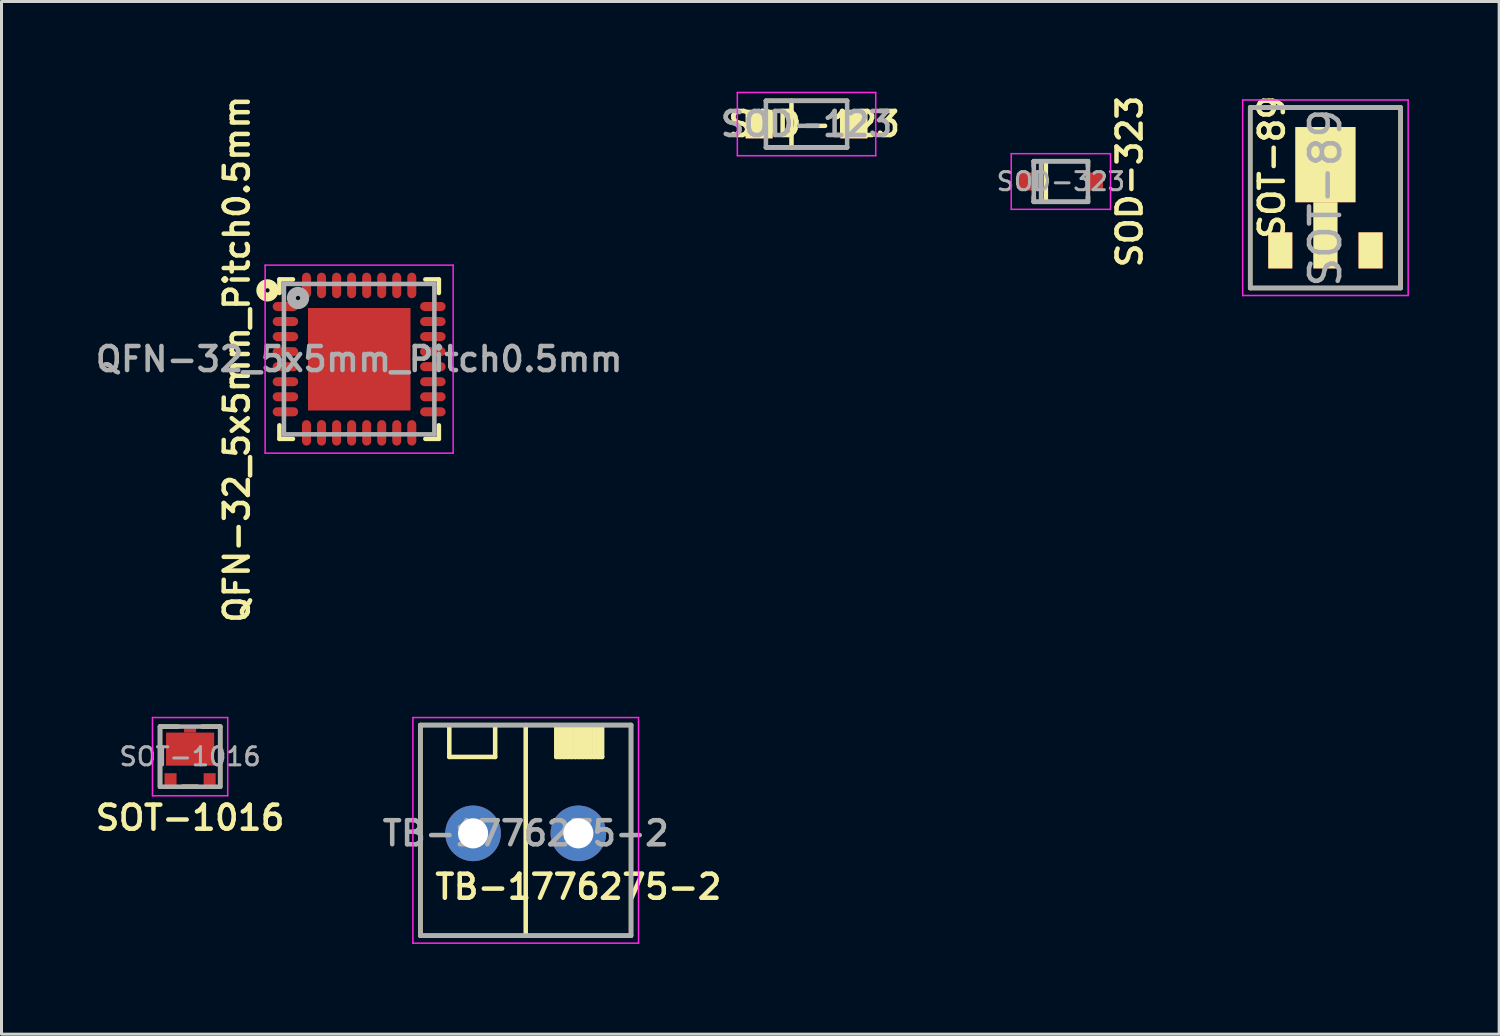
<source format=kicad_pcb>
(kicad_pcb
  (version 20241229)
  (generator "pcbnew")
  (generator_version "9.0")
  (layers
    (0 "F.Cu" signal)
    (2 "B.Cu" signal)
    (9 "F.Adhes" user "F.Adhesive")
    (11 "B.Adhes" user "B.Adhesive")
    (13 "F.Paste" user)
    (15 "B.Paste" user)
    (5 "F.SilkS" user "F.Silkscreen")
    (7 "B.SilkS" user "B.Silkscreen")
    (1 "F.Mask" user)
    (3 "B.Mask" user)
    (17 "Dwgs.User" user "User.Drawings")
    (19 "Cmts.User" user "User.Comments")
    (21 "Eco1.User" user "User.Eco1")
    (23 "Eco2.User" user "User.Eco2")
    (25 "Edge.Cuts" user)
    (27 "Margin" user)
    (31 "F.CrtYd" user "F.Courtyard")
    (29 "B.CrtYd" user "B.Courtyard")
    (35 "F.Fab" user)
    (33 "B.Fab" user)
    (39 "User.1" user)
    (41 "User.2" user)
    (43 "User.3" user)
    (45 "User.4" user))
  (footprint "QFN-32_5x5mm_Pitch0.5mm"
    (layer "F.Cu")
    (at 8.888 8.888)
    (property "Reference" "QFN-32_5x5mm_Pitch0.5mm" (at -4.064 0 90) (layer "F.SilkS") (effects (font (size 0.8 0.8) (thickness 0.15))))
    (attr smd)
    (fp_line (start -2.65 -2.2) (end -2.65 -2.65) (stroke (width 0.15) (type solid)) (layer "F.SilkS"))
    (fp_line (start -2.65 2.65) (end -2.65 2.2) (stroke (width 0.15) (type solid)) (layer "F.SilkS"))
    (fp_line (start -2.65 2.65) (end -2.2 2.65) (stroke (width 0.15) (type solid)) (layer "F.SilkS"))
    (fp_line (start -2.2 -2.65) (end -2.65 -2.65) (stroke (width 0.15) (type solid)) (layer "F.SilkS"))
    (fp_line (start 2.2 2.65) (end 2.65 2.65) (stroke (width 0.15) (type solid)) (layer "F.SilkS"))
    (fp_line (start 2.65 -2.65) (end 2.2 -2.65) (stroke (width 0.15) (type solid)) (layer "F.SilkS"))
    (fp_line (start 2.65 -2.65) (end 2.65 -2.2) (stroke (width 0.15) (type solid)) (layer "F.SilkS"))
    (fp_line (start 2.65 2.2) (end 2.65 2.65) (stroke (width 0.15) (type solid)) (layer "F.SilkS"))
    (fp_circle (center -3.048 -2.286) (end -3.098 -2.336) (stroke (width 0.3) (type solid)) (fill no) (layer "F.SilkS"))
    (fp_line (start -3.125 -3.125) (end -3.125 3.125) (stroke (width 0.05) (type solid)) (layer "F.CrtYd"))
    (fp_line (start -3.125 -3.125) (end 3.125 -3.125) (stroke (width 0.05) (type solid)) (layer "F.CrtYd"))
    (fp_line (start -3.125 3.125) (end 3.125 3.125) (stroke (width 0.05) (type solid)) (layer "F.CrtYd"))
    (fp_line (start 3.125 -3.125) (end 3.125 3.125) (stroke (width 0.05) (type solid)) (layer "F.CrtYd"))
    (fp_line (start -2.5 -2.5) (end 2.5 -2.5) (stroke (width 0.15) (type solid)) (layer "F.Fab"))
    (fp_line (start -2.5 2.5) (end -2.5 -2.5) (stroke (width 0.15) (type solid)) (layer "F.Fab"))
    (fp_line (start 2.5 -2.5) (end 2.5 2.5) (stroke (width 0.15) (type solid)) (layer "F.Fab"))
    (fp_line (start 2.5 2.5) (end -2.5 2.5) (stroke (width 0.15) (type solid)) (layer "F.Fab"))
    (fp_circle (center -2.032 -2.032) (end -2.082 -2.082) (stroke (width 0.3) (type solid)) (fill no) (layer "F.Fab"))
    (fp_text user "${REFERENCE}" (at 0 0 0) (layer "F.Fab") (effects (font (size 0.8 0.8) (thickness 0.15))))
    (pad "1" smd roundrect (at -2.45 -1.75 180) (size 0.85 0.3) (layers "F.Cu" "F.Mask" "F.Paste") (roundrect_rratio 0.5))
    (pad "2" smd roundrect (at -2.45 -1.25) (size 0.85 0.3) (layers "F.Cu" "F.Mask" "F.Paste") (roundrect_rratio 0.5))
    (pad "3" smd roundrect (at -2.45 -0.75) (size 0.85 0.3) (layers "F.Cu" "F.Mask" "F.Paste") (roundrect_rratio 0.5))
    (pad "4" smd roundrect (at -2.45 -0.25) (size 0.85 0.3) (layers "F.Cu" "F.Mask" "F.Paste") (roundrect_rratio 0.5))
    (pad "5" smd roundrect (at -2.45 0.25) (size 0.85 0.3) (layers "F.Cu" "F.Mask" "F.Paste") (roundrect_rratio 0.5))
    (pad "6" smd roundrect (at -2.45 0.75) (size 0.85 0.3) (layers "F.Cu" "F.Mask" "F.Paste") (roundrect_rratio 0.5))
    (pad "7" smd roundrect (at -2.45 1.25) (size 0.85 0.3) (layers "F.Cu" "F.Mask" "F.Paste") (roundrect_rratio 0.5))
    (pad "8" smd roundrect (at -2.45 1.75) (size 0.85 0.3) (layers "F.Cu" "F.Mask" "F.Paste") (roundrect_rratio 0.5))
    (pad "9" smd roundrect (at -1.75 2.45 90) (size 0.85 0.3) (layers "F.Cu" "F.Mask" "F.Paste") (roundrect_rratio 0.5))
    (pad "10" smd roundrect (at -1.25 2.45 90) (size 0.85 0.3) (layers "F.Cu" "F.Mask" "F.Paste") (roundrect_rratio 0.5))
    (pad "11" smd roundrect (at -0.75 2.45 90) (size 0.85 0.3) (layers "F.Cu" "F.Mask" "F.Paste") (roundrect_rratio 0.5))
    (pad "12" smd roundrect (at -0.25 2.45 90) (size 0.85 0.3) (layers "F.Cu" "F.Mask" "F.Paste") (roundrect_rratio 0.5))
    (pad "13" smd roundrect (at 0.25 2.45 90) (size 0.85 0.3) (layers "F.Cu" "F.Mask" "F.Paste") (roundrect_rratio 0.5))
    (pad "14" smd roundrect (at 0.75 2.45 90) (size 0.85 0.3) (layers "F.Cu" "F.Mask" "F.Paste") (roundrect_rratio 0.5))
    (pad "15" smd roundrect (at 1.25 2.45 90) (size 0.85 0.3) (layers "F.Cu" "F.Mask" "F.Paste") (roundrect_rratio 0.5))
    (pad "16" smd roundrect (at 1.75 2.45 90) (size 0.85 0.3) (layers "F.Cu" "F.Mask" "F.Paste") (roundrect_rratio 0.5))
    (pad "17" smd roundrect (at 2.45 1.75) (size 0.85 0.3) (layers "F.Cu" "F.Mask" "F.Paste") (roundrect_rratio 0.5))
    (pad "18" smd roundrect (at 2.45 1.25) (size 0.85 0.3) (layers "F.Cu" "F.Mask" "F.Paste") (roundrect_rratio 0.5))
    (pad "19" smd roundrect (at 2.45 0.75) (size 0.85 0.3) (layers "F.Cu" "F.Mask" "F.Paste") (roundrect_rratio 0.5))
    (pad "20" smd roundrect (at 2.45 0.25) (size 0.85 0.3) (layers "F.Cu" "F.Mask" "F.Paste") (roundrect_rratio 0.5))
    (pad "21" smd roundrect (at 2.45 -0.25) (size 0.85 0.3) (layers "F.Cu" "F.Mask" "F.Paste") (roundrect_rratio 0.5))
    (pad "22" smd roundrect (at 2.45 -0.75) (size 0.85 0.3) (layers "F.Cu" "F.Mask" "F.Paste") (roundrect_rratio 0.5))
    (pad "23" smd roundrect (at 2.45 -1.25) (size 0.85 0.3) (layers "F.Cu" "F.Mask" "F.Paste") (roundrect_rratio 0.5))
    (pad "24" smd roundrect (at 2.45 -1.75) (size 0.85 0.3) (layers "F.Cu" "F.Mask" "F.Paste") (roundrect_rratio 0.5))
    (pad "25" smd roundrect (at 1.75 -2.45 90) (size 0.85 0.3) (layers "F.Cu" "F.Mask" "F.Paste") (roundrect_rratio 0.5))
    (pad "26" smd roundrect (at 1.25 -2.45 90) (size 0.85 0.3) (layers "F.Cu" "F.Mask" "F.Paste") (roundrect_rratio 0.5))
    (pad "27" smd roundrect (at 0.75 -2.45 90) (size 0.85 0.3) (layers "F.Cu" "F.Mask" "F.Paste") (roundrect_rratio 0.5))
    (pad "28" smd roundrect (at 0.25 -2.45 90) (size 0.85 0.3) (layers "F.Cu" "F.Mask" "F.Paste") (roundrect_rratio 0.5))
    (pad "29" smd roundrect (at -0.25 -2.45 90) (size 0.85 0.3) (layers "F.Cu" "F.Mask" "F.Paste") (roundrect_rratio 0.5))
    (pad "30" smd roundrect (at -0.75 -2.45 90) (size 0.85 0.3) (layers "F.Cu" "F.Mask" "F.Paste") (roundrect_rratio 0.5))
    (pad "31" smd roundrect (at -1.25 -2.45 90) (size 0.85 0.3) (layers "F.Cu" "F.Mask" "F.Paste") (roundrect_rratio 0.5))
    (pad "32" smd roundrect (at -1.75 -2.45 90) (size 0.85 0.3) (layers "F.Cu" "F.Mask" "F.Paste") (roundrect_rratio 0.5))
    (pad "33" smd rect (at -1.135 -1.135 90) (size 1.13 1.13) (layers "F.Cu" "F.Paste"))
    (pad "33" smd rect (at -1.135 0 90) (size 1.13 1.13) (layers "F.Cu" "F.Paste"))
    (pad "33" smd rect (at -1.135 1.135 90) (size 1.13 1.13) (layers "F.Cu" "F.Paste"))
    (pad "33" smd rect (at 0 -1.135 90) (size 1.13 1.13) (layers "F.Cu" "F.Paste"))
    (pad "33" smd rect (at 0 0 90) (size 1.14 1.14) (layers "F.Cu" "F.Paste"))
    (pad "33" smd rect (at 0 0 90) (size 3.4 3.4) (layers "F.Cu" "F.Mask"))
    (pad "33" smd rect (at 0 1.135 90) (size 1.13 1.13) (layers "F.Cu" "F.Paste"))
    (pad "33" smd rect (at 1.135 -1.135 90) (size 1.13 1.13) (layers "F.Cu" "F.Paste"))
    (pad "33" smd rect (at 1.135 0 90) (size 1.13 1.13) (layers "F.Cu" "F.Paste"))
    (pad "33" smd rect (at 1.135 1.135 90) (size 1.13 1.13) (layers "F.Cu" "F.Paste")))
  (footprint "SOT-89"
    (layer "F.Cu")
    (at 41.007 3.523)
    (property "Reference" "SOT-89" (at -1.778 -1.016 90) (layer "F.SilkS") (effects (font (size 0.8 0.8) (thickness 0.15))))
    (attr smd)
    (fp_line (start -2.5 -3) (end -2.5 3) (stroke (width 0.15) (type solid)) (layer "F.SilkS"))
    (fp_line (start -2.5 -3) (end 2.5 -3) (stroke (width 0.15) (type solid)) (layer "F.SilkS"))
    (fp_line (start 2.5 -3) (end 2.5 3) (stroke (width 0.15) (type solid)) (layer "F.SilkS"))
    (fp_line (start 2.5 3) (end -2.5 3) (stroke (width 0.15) (type solid)) (layer "F.SilkS"))
    (fp_line (start -2.75 -3.25) (end -2.75 3.25) (stroke (width 0.05) (type solid)) (layer "F.CrtYd"))
    (fp_line (start -2.75 3.25) (end 2.75 3.25) (stroke (width 0.05) (type solid)) (layer "F.CrtYd"))
    (fp_line (start 2.75 -3.25) (end -2.75 -3.25) (stroke (width 0.05) (type solid)) (layer "F.CrtYd"))
    (fp_line (start 2.75 3.25) (end 2.75 -3.25) (stroke (width 0.05) (type solid)) (layer "F.CrtYd"))
    (fp_line (start -2.5 -3) (end -2.5 3) (stroke (width 0.15) (type solid)) (layer "F.Fab"))
    (fp_line (start -2.5 -3) (end 2.5 -3) (stroke (width 0.15) (type solid)) (layer "F.Fab"))
    (fp_line (start 2.5 -3) (end 2.5 3) (stroke (width 0.15) (type solid)) (layer "F.Fab"))
    (fp_line (start 2.5 3) (end -2.5 3) (stroke (width 0.15) (type solid)) (layer "F.Fab"))
    (fp_text user "${REFERENCE}" (at 0 0 90) (layer "F.Fab") (effects (font (size 1 1) (thickness 0.15))))
    (pad "1" smd rect (at -1.5 1.75) (size 0.8 1.2) (layers "F.Cu" "F.Mask" "F.SilkS" "F.Paste"))
    (pad "2" smd rect (at 0 0) (size 2 2.5) (drill (offset 0 -1.1)) (layers "F.Cu" "F.Mask" "F.SilkS" "F.Paste"))
    (pad "2" smd rect (at 0 1.1) (size 0.8 2.2) (drill (offset 0 0.15)) (layers "F.Cu" "F.Mask" "F.SilkS" "F.Paste"))
    (pad "3" smd rect (at 1.5 1.75) (size 0.8 1.2) (layers "F.Cu" "F.Mask" "F.SilkS" "F.Paste")))
  (footprint "TB-1776275-2"
    (layer "F.Cu")
    (at 14.425 24.651)
    (property "Reference" "TB-1776275-2" (at 1.75 1.778 0) (layer "F.SilkS") (effects (font (size 0.8 0.8) (thickness 0.15))))
    (attr through_hole)
    (fp_line (start -3.5 -3.6) (end -3.5 3.4) (stroke (width 0.15) (type solid)) (layer "F.SilkS"))
    (fp_line (start -3.5 3.4) (end 3.5 3.4) (stroke (width 0.15) (type solid)) (layer "F.SilkS"))
    (fp_line (start -2.54 -3.556) (end -2.54 -2.54) (stroke (width 0.15) (type solid)) (layer "F.SilkS"))
    (fp_line (start -2.54 -2.54) (end -1.016 -2.54) (stroke (width 0.15) (type solid)) (layer "F.SilkS"))
    (fp_line (start -1.016 -3.556) (end -1.016 -2.54) (stroke (width 0.15) (type solid)) (layer "F.SilkS"))
    (fp_line (start 0 -3.6) (end 0 3.4) (stroke (width 0.15) (type solid)) (layer "F.SilkS"))
    (fp_line (start 1.016 -3.556) (end 1.016 -2.54) (stroke (width 0.15) (type solid)) (layer "F.SilkS"))
    (fp_line (start 1.016 -2.54) (end 2.54 -2.54) (stroke (width 0.15) (type solid)) (layer "F.SilkS"))
    (fp_line (start 1.143 -3.556) (end 1.143 -2.54) (stroke (width 0.15) (type solid)) (layer "F.SilkS"))
    (fp_line (start 1.27 -3.556) (end 1.27 -2.54) (stroke (width 0.15) (type solid)) (layer "F.SilkS"))
    (fp_line (start 1.397 -3.556) (end 1.397 -2.54) (stroke (width 0.15) (type solid)) (layer "F.SilkS"))
    (fp_line (start 1.524 -3.556) (end 1.524 -2.54) (stroke (width 0.15) (type solid)) (layer "F.SilkS"))
    (fp_line (start 1.651 -3.556) (end 1.651 -2.54) (stroke (width 0.15) (type solid)) (layer "F.SilkS"))
    (fp_line (start 1.778 -3.556) (end 1.778 -2.54) (stroke (width 0.15) (type solid)) (layer "F.SilkS"))
    (fp_line (start 1.905 -3.556) (end 1.905 -2.54) (stroke (width 0.15) (type solid)) (layer "F.SilkS"))
    (fp_line (start 2.032 -3.556) (end 2.032 -2.54) (stroke (width 0.15) (type solid)) (layer "F.SilkS"))
    (fp_line (start 2.159 -3.556) (end 2.159 -2.54) (stroke (width 0.15) (type solid)) (layer "F.SilkS"))
    (fp_line (start 2.286 -3.556) (end 2.286 -2.54) (stroke (width 0.15) (type solid)) (layer "F.SilkS"))
    (fp_line (start 2.413 -3.556) (end 2.413 -2.54) (stroke (width 0.15) (type solid)) (layer "F.SilkS"))
    (fp_line (start 2.54 -3.556) (end 2.54 -2.54) (stroke (width 0.15) (type solid)) (layer "F.SilkS"))
    (fp_line (start 3.5 -3.6) (end -3.5 -3.6) (stroke (width 0.15) (type solid)) (layer "F.SilkS"))
    (fp_line (start 3.5 3.4) (end 3.5 -3.6) (stroke (width 0.15) (type solid)) (layer "F.SilkS"))
    (fp_line (start -3.75 -3.85) (end -3.75 3.65) (stroke (width 0.05) (type solid)) (layer "F.CrtYd"))
    (fp_line (start -3.75 -3.85) (end 3.75 -3.85) (stroke (width 0.05) (type solid)) (layer "F.CrtYd"))
    (fp_line (start 3.75 -3.85) (end 3.75 3.65) (stroke (width 0.05) (type solid)) (layer "F.CrtYd"))
    (fp_line (start 3.75 3.65) (end -3.75 3.65) (stroke (width 0.05) (type solid)) (layer "F.CrtYd"))
    (fp_line (start -3.5 -3.6) (end -3.5 3.4) (stroke (width 0.15) (type solid)) (layer "F.Fab"))
    (fp_line (start -3.5 3.4) (end 3.5 3.4) (stroke (width 0.15) (type solid)) (layer "F.Fab"))
    (fp_line (start 3.5 -3.6) (end -3.5 -3.6) (stroke (width 0.15) (type solid)) (layer "F.Fab"))
    (fp_line (start 3.5 3.4) (end 3.5 -3.6) (stroke (width 0.15) (type solid)) (layer "F.Fab"))
    (fp_text user "${REFERENCE}" (at 0 0 0) (layer "F.Fab") (effects (font (size 0.8 0.8) (thickness 0.15))))
    (pad "1" thru_hole circle (at 1.75 0) (size 1.848 1.848) (drill 1) (layers "*.Cu" "*.Mask"))
    (pad "2" thru_hole circle (at -1.75 0) (size 1.848 1.848) (drill 1) (layers "*.Cu" "*.Mask")))
  (footprint "SOD-323"
    (layer "F.Cu")
    (at 32.214 2.983)
    (property "Reference" "SOD-323" (at 2.286 0 90) (layer "F.SilkS") (effects (font (size 0.8 0.8) (thickness 0.15))))
    (attr smd)
    (fp_line (start -0.9 -0.675) (end -0.9 -0.5) (stroke (width 0.15) (type solid)) (layer "F.SilkS"))
    (fp_line (start -0.9 -0.675) (end 0.9 -0.675) (stroke (width 0.15) (type solid)) (layer "F.SilkS"))
    (fp_line (start -0.9 0.5) (end -0.9 0.675) (stroke (width 0.15) (type solid)) (layer "F.SilkS"))
    (fp_line (start -0.9 0.675) (end 0.9 0.675) (stroke (width 0.15) (type solid)) (layer "F.SilkS"))
    (fp_line (start -0.5 -0.675) (end -0.5 0.675) (stroke (width 0.15) (type solid)) (layer "F.SilkS"))
    (fp_line (start 0.9 -0.5) (end 0.9 -0.675) (stroke (width 0.15) (type solid)) (layer "F.SilkS"))
    (fp_line (start 0.9 0.675) (end 0.9 0.5) (stroke (width 0.15) (type solid)) (layer "F.SilkS"))
    (fp_line (start -1.65 -0.925) (end -1.65 0.925) (stroke (width 0.05) (type solid)) (layer "F.CrtYd"))
    (fp_line (start -1.65 0.925) (end 1.65 0.925) (stroke (width 0.05) (type solid)) (layer "F.CrtYd"))
    (fp_line (start 1.65 -0.925) (end -1.65 -0.925) (stroke (width 0.05) (type solid)) (layer "F.CrtYd"))
    (fp_line (start 1.65 0.925) (end 1.65 -0.925) (stroke (width 0.05) (type solid)) (layer "F.CrtYd"))
    (fp_line (start -0.9 -0.675) (end -0.9 0.675) (stroke (width 0.15) (type solid)) (layer "F.Fab"))
    (fp_line (start -0.9 -0.675) (end 0.9 -0.675) (stroke (width 0.15) (type solid)) (layer "F.Fab"))
    (fp_line (start -0.9 0.675) (end 0.9 0.675) (stroke (width 0.15) (type solid)) (layer "F.Fab"))
    (fp_line (start -0.66 -0.675) (end -0.66 0.675) (stroke (width 0.15) (type solid)) (layer "F.Fab"))
    (fp_line (start 0.9 0.675) (end 0.9 -0.675) (stroke (width 0.15) (type solid)) (layer "F.Fab"))
    (fp_text user "${REFERENCE}" (at 0 0 0) (layer "F.Fab") (effects (font (size 0.6 0.6) (thickness 0.1))))
    (pad "1" smd rect (at -1.1 0) (size 0.6 0.6) (layers "F.Cu" "F.Mask" "F.Paste"))
    (pad "2" smd rect (at 1.1 0) (size 0.6 0.6) (layers "F.Cu" "F.Mask" "F.Paste")))
  (footprint "SOD-123"
    (layer "F.Cu")
    (at 23.759 1.075)
    (property "Reference" "SOD-123" (at 0.254 0 0) (layer "F.SilkS") (effects (font (size 0.8 0.8) (thickness 0.15))))
    (attr smd)
    (fp_line (start -1.35 -0.775) (end 1.35 -0.775) (stroke (width 0.15) (type solid)) (layer "F.SilkS"))
    (fp_line (start -1.35 0.775) (end 1.35 0.775) (stroke (width 0.15) (type solid)) (layer "F.SilkS"))
    (fp_line (start -0.5 -0.775) (end -0.5 0.775) (stroke (width 0.15) (type solid)) (layer "F.SilkS"))
    (fp_line (start -2.3 -1.05) (end -2.3 1.05) (stroke (width 0.05) (type solid)) (layer "F.CrtYd"))
    (fp_line (start -2.3 1.05) (end 2.3 1.05) (stroke (width 0.05) (type solid)) (layer "F.CrtYd"))
    (fp_line (start 2.3 -1.05) (end -2.3 -1.05) (stroke (width 0.05) (type solid)) (layer "F.CrtYd"))
    (fp_line (start 2.3 1.05) (end 2.3 -1.05) (stroke (width 0.05) (type solid)) (layer "F.CrtYd"))
    (fp_line (start -1.35 -0.775) (end -1.35 0.775) (stroke (width 0.15) (type solid)) (layer "F.Fab"))
    (fp_line (start -1.35 -0.775) (end 1.35 -0.775) (stroke (width 0.15) (type solid)) (layer "F.Fab"))
    (fp_line (start -1.35 0.775) (end 1.35 0.775) (stroke (width 0.15) (type solid)) (layer "F.Fab"))
    (fp_line (start 1.35 -0.775) (end 1.35 0.775) (stroke (width 0.15) (type solid)) (layer "F.Fab"))
    (fp_text user "${REFERENCE}" (at 0 0 0) (layer "F.Fab") (effects (font (size 0.8 0.8) (thickness 0.15))))
    (pad "1" smd rect (at -1.575 0) (size 0.9 0.95) (layers "F.Cu" "F.Mask" "F.SilkS" "F.Paste"))
    (pad "2" smd rect (at 1.575 0) (size 0.9 0.95) (layers "F.Cu" "F.Mask" "F.SilkS" "F.Paste")))
  (footprint "SOT-1016"
    (layer "F.Cu")
    (at 3.269 22.101)
    (property "Reference" "SOT-1016" (at 0 2.032 180) (layer "F.SilkS") (effects (font (size 0.8 0.8) (thickness 0.15))))
    (attr through_hole)
    (fp_line (start -1 -1) (end -1 1) (stroke (width 0.15) (type solid)) (layer "F.SilkS"))
    (fp_line (start -0.4 -1) (end -1 -1) (stroke (width 0.15) (type solid)) (layer "F.SilkS"))
    (fp_line (start -0.25 1) (end 0.25 1) (stroke (width 0.15) (type solid)) (layer "F.SilkS"))
    (fp_line (start 1 -1) (end 0.4 -1) (stroke (width 0.15) (type solid)) (layer "F.SilkS"))
    (fp_line (start 1 1) (end 1 -1) (stroke (width 0.15) (type solid)) (layer "F.SilkS"))
    (fp_line (start -1.25 -1.3) (end 1.25 -1.3) (stroke (width 0.05) (type solid)) (layer "F.CrtYd"))
    (fp_line (start -1.25 1.3) (end -1.25 -1.3) (stroke (width 0.05) (type solid)) (layer "F.CrtYd"))
    (fp_line (start 1.25 -1.3) (end 1.25 1.3) (stroke (width 0.05) (type solid)) (layer "F.CrtYd"))
    (fp_line (start 1.25 1.3) (end -1.25 1.3) (stroke (width 0.05) (type solid)) (layer "F.CrtYd"))
    (fp_line (start -1 -1) (end -1 1) (stroke (width 0.15) (type solid)) (layer "F.Fab"))
    (fp_line (start -1 1) (end 1 1) (stroke (width 0.15) (type solid)) (layer "F.Fab"))
    (fp_line (start 1 -1) (end -1 -1) (stroke (width 0.15) (type solid)) (layer "F.Fab"))
    (fp_line (start 1 1) (end 1 -1) (stroke (width 0.15) (type solid)) (layer "F.Fab"))
    (fp_text user "${REFERENCE}" (at 0 0 0) (layer "F.Fab") (effects (font (size 0.6 0.6) (thickness 0.1))))
    (pad "1" smd rect (at -0.65 0.8) (size 0.4 0.5) (layers "F.Cu" "F.Mask" "F.Paste"))
    (pad "2" smd rect (at 0.65 0.8) (size 0.4 0.5) (layers "F.Cu" "F.Mask" "F.Paste"))
    (pad "3" smd rect (at 0 -0.925) (size 0.4 0.25) (layers "F.Cu" "F.Mask" "F.Paste"))
    (pad "3" smd rect (at 0 -0.25) (size 1.6 1.1) (layers "F.Cu" "F.Mask" "F.Paste")))
  (gr_rect
    (start -3 -3)
    (end 46.782 31.326)
    (stroke (width 0.1) (type default))
    (fill no)
    (layer "Edge.Cuts")))
</source>
